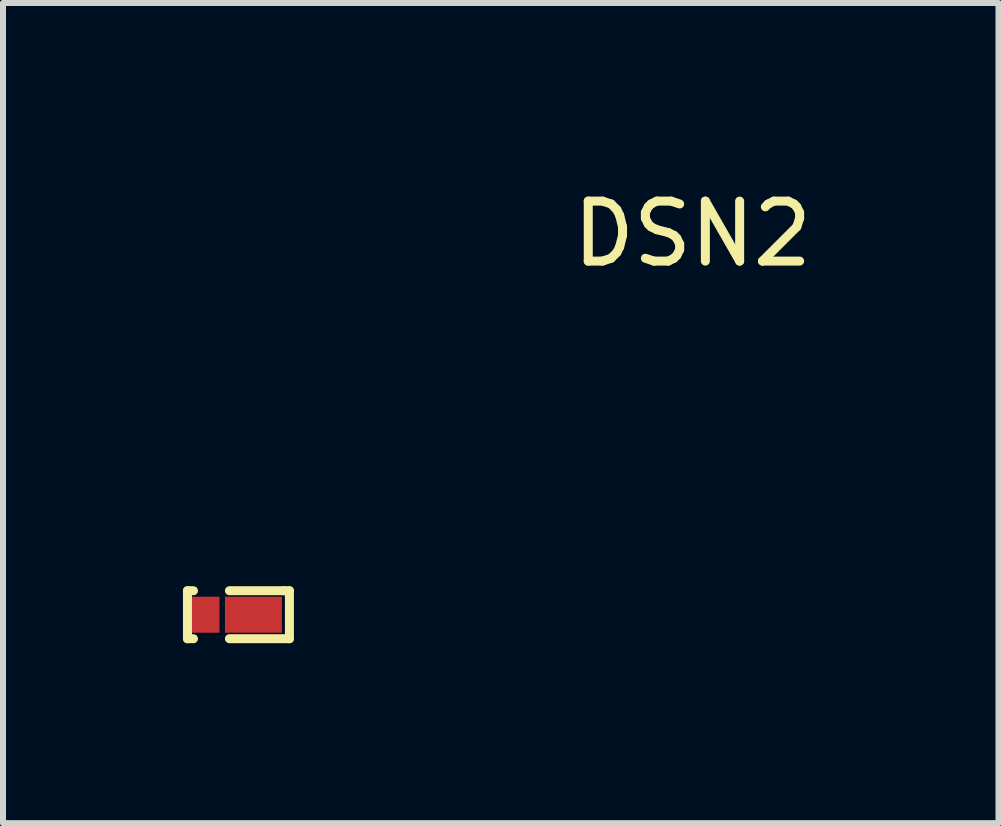
<source format=kicad_pcb>
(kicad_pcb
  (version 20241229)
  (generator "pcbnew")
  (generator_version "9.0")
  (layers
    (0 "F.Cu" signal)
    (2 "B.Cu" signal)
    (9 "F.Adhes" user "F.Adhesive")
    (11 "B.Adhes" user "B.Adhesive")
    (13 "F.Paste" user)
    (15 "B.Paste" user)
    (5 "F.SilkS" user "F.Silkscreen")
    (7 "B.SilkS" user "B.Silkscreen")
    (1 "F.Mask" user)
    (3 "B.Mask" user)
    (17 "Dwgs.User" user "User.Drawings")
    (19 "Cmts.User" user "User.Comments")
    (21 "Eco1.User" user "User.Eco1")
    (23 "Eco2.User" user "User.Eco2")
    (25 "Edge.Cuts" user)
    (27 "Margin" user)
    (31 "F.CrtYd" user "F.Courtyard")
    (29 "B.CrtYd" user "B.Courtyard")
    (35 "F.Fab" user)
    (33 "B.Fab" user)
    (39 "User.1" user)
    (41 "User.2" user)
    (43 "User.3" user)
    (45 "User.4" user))
  (footprint "DSN2"
    (layer "F.Cu")
    (at 0.875 7.198)
    (property "Reference" "DSN2" (at 7.62 -6.35 0) (layer "F.SilkS") (effects (font (size 1 1) (thickness 0.15))))
    (attr through_hole)
    (fp_line (start -0.8 -0.4) (end -0.8 0.4) (stroke (width 0.15) (type solid)) (layer "F.SilkS"))
    (fp_line (start -0.8 -0.4) (end -0.7 -0.4) (stroke (width 0.15) (type solid)) (layer "F.SilkS"))
    (fp_line (start -0.8 0.4) (end -0.7 0.4) (stroke (width 0.15) (type solid)) (layer "F.SilkS"))
    (fp_line (start -0.1 -0.4) (end 0.8 -0.4) (stroke (width 0.15) (type solid)) (layer "F.SilkS"))
    (fp_line (start 0.8 -0.4) (end 0.9 -0.4) (stroke (width 0.15) (type solid)) (layer "F.SilkS"))
    (fp_line (start 0.9 -0.4) (end 0.9 0.4) (stroke (width 0.15) (type solid)) (layer "F.SilkS"))
    (fp_line (start 0.9 0.4) (end -0.1 0.4) (stroke (width 0.15) (type solid)) (layer "F.SilkS"))
    (pad "1" smd rect (at 0.3 0) (size 0.95 0.6) (layers "F.Cu" "F.Mask" "F.Paste"))
    (pad "2" smd rect (at -0.5 0) (size 0.47 0.6) (layers "F.Cu" "F.Mask" "F.Paste")))
  (gr_rect
    (start -3 -3)
    (end 13.596 10.673)
    (stroke (width 0.1) (type default))
    (fill no)
    (layer "Edge.Cuts")))
</source>
